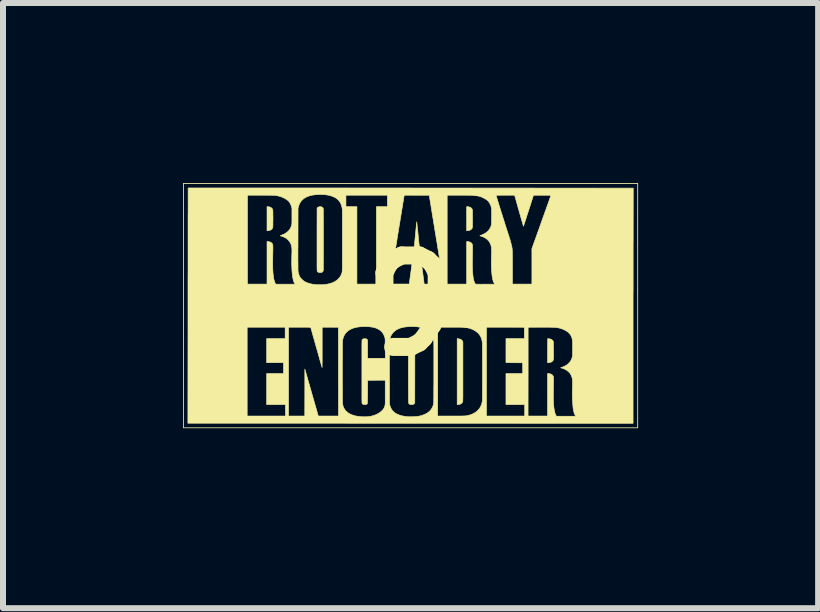
<source format=kicad_pcb>
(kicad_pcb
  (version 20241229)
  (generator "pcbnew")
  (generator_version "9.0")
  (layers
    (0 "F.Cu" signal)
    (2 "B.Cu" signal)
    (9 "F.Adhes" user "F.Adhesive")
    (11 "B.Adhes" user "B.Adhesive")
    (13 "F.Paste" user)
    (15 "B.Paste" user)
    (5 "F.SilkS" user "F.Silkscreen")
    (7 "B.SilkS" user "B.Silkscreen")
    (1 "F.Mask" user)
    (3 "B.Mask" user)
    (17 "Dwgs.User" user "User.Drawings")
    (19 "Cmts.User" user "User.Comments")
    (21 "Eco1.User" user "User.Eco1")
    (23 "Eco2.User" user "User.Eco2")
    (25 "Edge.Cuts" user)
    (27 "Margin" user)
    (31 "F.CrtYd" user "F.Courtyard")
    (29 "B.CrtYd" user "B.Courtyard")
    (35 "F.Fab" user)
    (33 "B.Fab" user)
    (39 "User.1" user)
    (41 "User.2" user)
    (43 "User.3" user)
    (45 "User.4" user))
  (footprint "9"
    (layer "F.Cu")
    (at 3.792 2.042)
    (property "Reference" "9" (at 0 0 0) (layer "F.SilkS") (effects (font (size 1.524 1.524) (thickness 0.3))))
    (attr through_hole)
    (fp_poly (pts (xy 3.787 2.039) (xy -3.787 2.039) (xy -3.787 -2.034) (xy -3.784 -2.034) (xy -3.784 2.037) (xy 3.784 2.037) (xy 3.784 -2.034) (xy -3.784 -2.034) (xy -3.787 -2.034) (xy -3.787 -2.037) (xy 3.787 -2.037) (xy 3.787 2.039)) (stroke (width 0.01) (type solid)) (fill yes) (layer "F.SilkS"))
    (fp_poly (pts (xy -2.375 -1.647) (xy -2.352 -1.644) (xy -2.332 -1.637) (xy -2.317 -1.627) (xy -2.305 -1.614) (xy -2.298 -1.598) (xy -2.296 -1.592) (xy -2.295 -1.586) (xy -2.295 -1.575) (xy -2.294 -1.559) (xy -2.294 -1.539) (xy -2.294 -1.514) (xy -2.293 -1.484) (xy -2.293 -1.45) (xy -2.293 -1.448) (xy -2.293 -1.413) (xy -2.294 -1.383) (xy -2.294 -1.358) (xy -2.294 -1.337) (xy -2.295 -1.321) (xy -2.295 -1.31) (xy -2.296 -1.303) (xy -2.296 -1.303) (xy -2.302 -1.286) (xy -2.312 -1.273) (xy -2.327 -1.262) (xy -2.345 -1.254) (xy -2.367 -1.249) (xy -2.375 -1.248) (xy -2.392 -1.246) (xy -2.392 -1.649) (xy -2.375 -1.647)) (stroke (width 0.01) (type solid)) (fill yes) (layer "F.SilkS"))
    (fp_poly (pts (xy 0.792 0.553) (xy 0.815 0.557) (xy 0.834 0.563) (xy 0.85 0.573) (xy 0.861 0.585) (xy 0.866 0.595) (xy 0.872 0.608) (xy 0.872 1.098) (xy 0.872 1.158) (xy 0.872 1.213) (xy 0.872 1.263) (xy 0.872 1.309) (xy 0.872 1.35) (xy 0.872 1.387) (xy 0.872 1.421) (xy 0.872 1.451) (xy 0.872 1.477) (xy 0.872 1.5) (xy 0.872 1.521) (xy 0.871 1.538) (xy 0.871 1.553) (xy 0.871 1.565) (xy 0.871 1.575) (xy 0.87 1.584) (xy 0.87 1.59) (xy 0.87 1.595) (xy 0.869 1.598) (xy 0.869 1.601) (xy 0.869 1.601) (xy 0.864 1.612) (xy 0.857 1.622) (xy 0.852 1.627) (xy 0.84 1.637) (xy 0.827 1.643) (xy 0.811 1.648) (xy 0.794 1.65) (xy 0.777 1.652) (xy 0.777 0.551) (xy 0.792 0.553)) (stroke (width 0.01) (type solid)) (fill yes) (layer "F.SilkS"))
    (fp_poly (pts (xy 0.944 -1.648) (xy 0.956 -1.647) (xy 0.969 -1.645) (xy 0.983 -1.641) (xy 0.994 -1.638) (xy 0.997 -1.636) (xy 1.009 -1.628) (xy 1.02 -1.616) (xy 1.028 -1.603) (xy 1.029 -1.601) (xy 1.03 -1.598) (xy 1.03 -1.594) (xy 1.031 -1.589) (xy 1.031 -1.581) (xy 1.032 -1.572) (xy 1.032 -1.56) (xy 1.032 -1.545) (xy 1.032 -1.526) (xy 1.032 -1.504) (xy 1.032 -1.477) (xy 1.032 -1.448) (xy 1.032 -1.416) (xy 1.032 -1.389) (xy 1.032 -1.366) (xy 1.032 -1.347) (xy 1.032 -1.331) (xy 1.031 -1.319) (xy 1.031 -1.309) (xy 1.03 -1.301) (xy 1.029 -1.295) (xy 1.027 -1.29) (xy 1.025 -1.286) (xy 1.023 -1.282) (xy 1.02 -1.279) (xy 1.017 -1.275) (xy 1.017 -1.275) (xy 1.006 -1.266) (xy 0.992 -1.258) (xy 0.975 -1.252) (xy 0.957 -1.248) (xy 0.944 -1.247) (xy 0.935 -1.247) (xy 0.935 -1.648) (xy 0.944 -1.648)) (stroke (width 0.01) (type solid)) (fill yes) (layer "F.SilkS"))
    (fp_poly (pts (xy 2.298 0.552) (xy 2.308 0.554) (xy 2.319 0.555) (xy 2.329 0.558) (xy 2.338 0.56) (xy 2.342 0.562) (xy 2.357 0.571) (xy 2.37 0.584) (xy 2.376 0.593) (xy 2.377 0.595) (xy 2.378 0.598) (xy 2.379 0.601) (xy 2.379 0.604) (xy 2.38 0.61) (xy 2.38 0.617) (xy 2.381 0.626) (xy 2.381 0.638) (xy 2.381 0.653) (xy 2.381 0.671) (xy 2.381 0.694) (xy 2.382 0.72) (xy 2.382 0.748) (xy 2.382 0.78) (xy 2.382 0.808) (xy 2.382 0.832) (xy 2.382 0.852) (xy 2.382 0.868) (xy 2.381 0.881) (xy 2.38 0.892) (xy 2.379 0.901) (xy 2.378 0.907) (xy 2.376 0.913) (xy 2.373 0.917) (xy 2.371 0.921) (xy 2.367 0.924) (xy 2.363 0.928) (xy 2.363 0.928) (xy 2.349 0.939) (xy 2.331 0.947) (xy 2.309 0.951) (xy 2.303 0.952) (xy 2.283 0.953) (xy 2.283 0.754) (xy 2.283 0.714) (xy 2.283 0.678) (xy 2.284 0.646) (xy 2.284 0.619) (xy 2.284 0.596) (xy 2.284 0.578) (xy 2.285 0.565) (xy 2.285 0.556) (xy 2.286 0.553) (xy 2.286 0.552) (xy 2.29 0.552) (xy 2.298 0.552)) (stroke (width 0.01) (type solid)) (fill yes) (layer "F.SilkS"))
    (fp_poly (pts (xy 0.104 -1.396) (xy 0.104 -1.393) (xy 0.104 -1.389) (xy 0.105 -1.382) (xy 0.106 -1.369) (xy 0.108 -1.353) (xy 0.11 -1.334) (xy 0.112 -1.311) (xy 0.115 -1.285) (xy 0.118 -1.258) (xy 0.121 -1.228) (xy 0.124 -1.196) (xy 0.126 -1.18) (xy 0.129 -1.147) (xy 0.132 -1.117) (xy 0.135 -1.088) (xy 0.138 -1.061) (xy 0.14 -1.037) (xy 0.143 -1.015) (xy 0.144 -0.997) (xy 0.146 -0.983) (xy 0.147 -0.973) (xy 0.147 -0.967) (xy 0.147 -0.966) (xy 0.147 -0.964) (xy 0.146 -0.962) (xy 0.144 -0.961) (xy 0.14 -0.961) (xy 0.133 -0.96) (xy 0.122 -0.96) (xy 0.107 -0.96) (xy 0.059 -0.96) (xy 0.06 -0.967) (xy 0.061 -0.971) (xy 0.061 -0.979) (xy 0.063 -0.991) (xy 0.064 -1.008) (xy 0.066 -1.028) (xy 0.068 -1.051) (xy 0.071 -1.076) (xy 0.074 -1.104) (xy 0.077 -1.135) (xy 0.08 -1.166) (xy 0.081 -1.185) (xy 0.085 -1.225) (xy 0.089 -1.261) (xy 0.092 -1.291) (xy 0.095 -1.318) (xy 0.097 -1.34) (xy 0.099 -1.358) (xy 0.1 -1.373) (xy 0.102 -1.384) (xy 0.103 -1.391) (xy 0.103 -1.396) (xy 0.104 -1.397) (xy 0.104 -1.396)) (stroke (width 0.01) (type solid)) (fill yes) (layer "F.SilkS"))
    (fp_poly (pts (xy -1.495 -1.647) (xy -1.48 -1.643) (xy -1.468 -1.637) (xy -1.46 -1.627) (xy -1.455 -1.617) (xy -1.455 -1.613) (xy -1.455 -1.604) (xy -1.454 -1.592) (xy -1.454 -1.574) (xy -1.454 -1.553) (xy -1.454 -1.529) (xy -1.454 -1.501) (xy -1.454 -1.47) (xy -1.453 -1.436) (xy -1.453 -1.4) (xy -1.453 -1.362) (xy -1.453 -1.322) (xy -1.453 -1.281) (xy -1.453 -1.238) (xy -1.453 -1.194) (xy -1.453 -1.15) (xy -1.453 -1.105) (xy -1.453 -1.061) (xy -1.453 -1.016) (xy -1.453 -0.972) (xy -1.453 -0.929) (xy -1.453 -0.887) (xy -1.453 -0.847) (xy -1.453 -0.808) (xy -1.453 -0.772) (xy -1.453 -0.737) (xy -1.454 -0.705) (xy -1.454 -0.677) (xy -1.454 -0.651) (xy -1.454 -0.629) (xy -1.454 -0.61) (xy -1.455 -0.596) (xy -1.455 -0.586) (xy -1.455 -0.581) (xy -1.455 -0.581) (xy -1.46 -0.569) (xy -1.47 -0.559) (xy -1.477 -0.554) (xy -1.484 -0.552) (xy -1.495 -0.55) (xy -1.507 -0.55) (xy -1.518 -0.55) (xy -1.528 -0.551) (xy -1.529 -0.551) (xy -1.542 -0.558) (xy -1.552 -0.567) (xy -1.555 -0.572) (xy -1.556 -0.574) (xy -1.556 -0.576) (xy -1.557 -0.578) (xy -1.557 -0.582) (xy -1.557 -0.587) (xy -1.558 -0.594) (xy -1.558 -0.602) (xy -1.558 -0.612) (xy -1.558 -0.624) (xy -1.559 -0.639) (xy -1.559 -0.656) (xy -1.559 -0.675) (xy -1.559 -0.698) (xy -1.559 -0.723) (xy -1.559 -0.752) (xy -1.559 -0.785) (xy -1.559 -0.821) (xy -1.559 -0.861) (xy -1.559 -0.905) (xy -1.559 -0.954) (xy -1.559 -1.007) (xy -1.559 -1.065) (xy -1.559 -1.102) (xy -1.558 -1.623) (xy -1.553 -1.63) (xy -1.544 -1.638) (xy -1.53 -1.644) (xy -1.514 -1.648) (xy -1.513 -1.648) (xy -1.495 -1.647)) (stroke (width 0.01) (type solid)) (fill yes) (layer "F.SilkS"))
    (fp_poly (pts (xy 0.035 0.554) (xy 0.049 0.559) (xy 0.059 0.566) (xy 0.066 0.578) (xy 0.07 0.593) (xy 0.07 0.593) (xy 0.07 0.596) (xy 0.07 0.605) (xy 0.07 0.618) (xy 0.07 0.636) (xy 0.07 0.657) (xy 0.071 0.683) (xy 0.071 0.712) (xy 0.071 0.744) (xy 0.071 0.78) (xy 0.071 0.818) (xy 0.071 0.859) (xy 0.071 0.903) (xy 0.071 0.948) (xy 0.071 0.995) (xy 0.071 1.044) (xy 0.071 1.094) (xy 0.071 1.114) (xy 0.07 1.622) (xy 0.064 1.631) (xy 0.058 1.638) (xy 0.05 1.644) (xy 0.049 1.645) (xy 0.039 1.648) (xy 0.026 1.65) (xy 0.013 1.65) (xy 0.000008 1.649) (xy -0.008 1.647) (xy -0.016 1.644) (xy -0.023 1.64) (xy -0.023 1.639) (xy -0.025 1.638) (xy -0.026 1.637) (xy -0.027 1.636) (xy -0.028 1.634) (xy -0.029 1.632) (xy -0.03 1.63) (xy -0.031 1.626) (xy -0.032 1.622) (xy -0.032 1.616) (xy -0.033 1.608) (xy -0.033 1.599) (xy -0.034 1.588) (xy -0.034 1.575) (xy -0.035 1.559) (xy -0.035 1.541) (xy -0.035 1.52) (xy -0.035 1.496) (xy -0.035 1.469) (xy -0.035 1.438) (xy -0.035 1.404) (xy -0.036 1.366) (xy -0.036 1.324) (xy -0.036 1.278) (xy -0.036 1.228) (xy -0.036 1.173) (xy -0.036 1.113) (xy -0.036 1.1) (xy -0.036 1.04) (xy -0.036 0.985) (xy -0.036 0.934) (xy -0.036 0.887) (xy -0.035 0.845) (xy -0.035 0.807) (xy -0.035 0.773) (xy -0.035 0.742) (xy -0.035 0.715) (xy -0.035 0.691) (xy -0.035 0.67) (xy -0.035 0.652) (xy -0.035 0.636) (xy -0.035 0.623) (xy -0.034 0.611) (xy -0.034 0.602) (xy -0.034 0.595) (xy -0.033 0.589) (xy -0.033 0.584) (xy -0.033 0.581) (xy -0.032 0.578) (xy -0.032 0.576) (xy -0.031 0.575) (xy -0.031 0.574) (xy -0.025 0.567) (xy -0.017 0.56) (xy -0.015 0.559) (xy -0.008 0.555) (xy -0.001 0.553) (xy 0.008 0.553) (xy 0.017 0.552) (xy 0.035 0.554)) (stroke (width 0.01) (type solid)) (fill yes) (layer "F.SilkS"))
    (fp_poly (pts (xy -3.366 -1.96) (xy -3.31 -1.96) (xy -3.249 -1.96) (xy -3.185 -1.96) (xy -3.117 -1.96) (xy -3.045 -1.96) (xy -2.97 -1.96) (xy -2.891 -1.96) (xy -2.809 -1.96) (xy -2.724 -1.96) (xy -2.635 -1.96) (xy -2.543 -1.96) (xy -2.448 -1.96) (xy -2.351 -1.96) (xy -2.25 -1.96) (xy -2.147 -1.96) (xy -2.041 -1.96) (xy -1.932 -1.96) (xy -1.821 -1.96) (xy -1.707 -1.96) (xy -1.591 -1.96) (xy -1.473 -1.96) (xy -1.353 -1.96) (xy -1.231 -1.96) (xy -1.107 -1.96) (xy -0.98 -1.959) (xy -0.852 -1.959) (xy -0.723 -1.959) (xy -0.592 -1.959) (xy -0.459 -1.959) (xy -0.325 -1.959) (xy -0.189 -1.959) (xy -0.052 -1.959) (xy 0.003 -1.959) (xy 3.711 -1.957) (xy 3.71 -1.144) (xy 3.71 -1.083) (xy 3.709 -1.016) (xy 3.709 -0.946) (xy 3.709 -0.871) (xy 3.709 -0.792) (xy 3.709 -0.711) (xy 3.709 -0.626) (xy 3.709 -0.539) (xy 3.709 -0.449) (xy 3.709 -0.358) (xy 3.709 -0.265) (xy 3.708 -0.17) (xy 3.708 -0.075) (xy 3.708 0.02) (xy 3.708 0.116) (xy 3.708 0.211) (xy 3.708 0.306) (xy 3.708 0.4) (xy 3.708 0.493) (xy 3.708 0.584) (xy 3.708 0.673) (xy 3.708 0.759) (xy 3.708 0.816) (xy 3.708 1.963) (xy 2.076 1.963) (xy 1.984 1.963) (xy 1.887 1.963) (xy 1.786 1.962) (xy 1.681 1.962) (xy 1.572 1.962) (xy 1.459 1.962) (xy 1.343 1.962) (xy 1.223 1.962) (xy 1.101 1.962) (xy 0.977 1.962) (xy 0.85 1.962) (xy 0.721 1.962) (xy 0.59 1.962) (xy 0.458 1.962) (xy 0.325 1.962) (xy 0.191 1.962) (xy 0.057 1.962) (xy -0.078 1.962) (xy -0.213 1.962) (xy -0.347 1.962) (xy -0.481 1.962) (xy -0.614 1.962) (xy -0.746 1.962) (xy -0.876 1.962) (xy -1.005 1.962) (xy -1.132 1.961) (xy -1.256 1.961) (xy -1.378 1.961) (xy -1.497 1.961) (xy -1.613 1.961) (xy -1.634 1.961) (xy -3.711 1.961) (xy -3.709 0.361) (xy -2.723 0.361) (xy -2.723 1.841) (xy -2.085 1.841) (xy -2.085 1.651) (xy -2.398 1.651) (xy -2.398 1.133) (xy -2.118 1.133) (xy -2.118 0.952) (xy -2.398 0.952) (xy -2.398 0.551) (xy -2.09 0.551) (xy -2.09 0.361) (xy -2.034 0.361) (xy -2.034 1.841) (xy -1.763 1.841) (xy -1.762 1.45) (xy -1.762 1.058) (xy -1.65 1.45) (xy -1.538 1.841) (xy -1.37 1.841) (xy -1.201 1.841) (xy -1.202 1.169) (xy -1.137 1.169) (xy -1.137 1.225) (xy -1.137 1.276) (xy -1.137 1.323) (xy -1.136 1.366) (xy -1.136 1.405) (xy -1.136 1.439) (xy -1.136 1.471) (xy -1.136 1.499) (xy -1.136 1.523) (xy -1.136 1.545) (xy -1.135 1.565) (xy -1.135 1.581) (xy -1.135 1.596) (xy -1.134 1.608) (xy -1.134 1.619) (xy -1.133 1.628) (xy -1.133 1.636) (xy -1.132 1.643) (xy -1.131 1.648) (xy -1.13 1.653) (xy -1.129 1.658) (xy -1.128 1.662) (xy -1.127 1.666) (xy -1.126 1.67) (xy -1.125 1.674) (xy -1.113 1.704) (xy -1.097 1.732) (xy -1.077 1.757) (xy -1.052 1.779) (xy -1.024 1.799) (xy -0.991 1.815) (xy -0.954 1.829) (xy -0.913 1.84) (xy -0.868 1.847) (xy -0.822 1.852) (xy -0.809 1.853) (xy -0.793 1.853) (xy -0.775 1.854) (xy -0.756 1.853) (xy -0.738 1.853) (xy -0.722 1.853) (xy -0.709 1.852) (xy -0.704 1.851) (xy -0.662 1.845) (xy -0.622 1.834) (xy -0.583 1.821) (xy -0.548 1.804) (xy -0.515 1.784) (xy -0.486 1.761) (xy -0.475 1.75) (xy -0.455 1.728) (xy -0.44 1.704) (xy -0.43 1.678) (xy -0.427 1.667) (xy -0.426 1.663) (xy -0.425 1.659) (xy -0.424 1.655) (xy -0.424 1.65) (xy -0.423 1.643) (xy -0.423 1.635) (xy -0.422 1.625) (xy -0.422 1.613) (xy -0.422 1.598) (xy -0.422 1.58) (xy -0.422 1.559) (xy -0.422 1.534) (xy -0.422 1.504) (xy -0.422 1.471) (xy -0.422 1.446) (xy -0.422 1.244) (xy -0.568 1.245) (xy -0.715 1.246) (xy -0.716 1.437) (xy -0.716 1.475) (xy -0.717 1.507) (xy -0.717 1.535) (xy -0.717 1.559) (xy -0.718 1.579) (xy -0.718 1.595) (xy -0.718 1.608) (xy -0.719 1.618) (xy -0.719 1.626) (xy -0.72 1.631) (xy -0.72 1.634) (xy -0.721 1.635) (xy -0.728 1.642) (xy -0.738 1.647) (xy -0.75 1.65) (xy -0.764 1.651) (xy -0.778 1.649) (xy -0.79 1.646) (xy -0.801 1.64) (xy -0.807 1.634) (xy -0.807 1.633) (xy -0.808 1.632) (xy -0.808 1.63) (xy -0.809 1.627) (xy -0.809 1.624) (xy -0.809 1.619) (xy -0.81 1.613) (xy -0.81 1.605) (xy -0.81 1.595) (xy -0.81 1.584) (xy -0.811 1.57) (xy -0.811 1.554) (xy -0.811 1.535) (xy -0.811 1.513) (xy -0.811 1.488) (xy -0.811 1.46) (xy -0.811 1.429) (xy -0.811 1.394) (xy -0.811 1.355) (xy -0.811 1.312) (xy -0.811 1.265) (xy -0.811 1.213) (xy -0.811 1.157) (xy -0.811 1.101) (xy -0.811 1.04) (xy -0.811 0.984) (xy -0.811 0.933) (xy -0.811 0.886) (xy -0.811 0.843) (xy -0.811 0.805) (xy -0.811 0.77) (xy -0.811 0.739) (xy -0.811 0.711) (xy -0.811 0.687) (xy -0.811 0.666) (xy -0.811 0.647) (xy -0.811 0.631) (xy -0.81 0.617) (xy -0.81 0.606) (xy -0.81 0.597) (xy -0.81 0.589) (xy -0.809 0.583) (xy -0.809 0.578) (xy -0.809 0.575) (xy -0.808 0.572) (xy -0.808 0.57) (xy -0.807 0.569) (xy -0.807 0.568) (xy -0.799 0.561) (xy -0.788 0.556) (xy -0.774 0.553) (xy -0.763 0.553) (xy -0.748 0.553) (xy -0.737 0.556) (xy -0.728 0.561) (xy -0.722 0.568) (xy -0.72 0.569) (xy -0.719 0.571) (xy -0.719 0.573) (xy -0.718 0.577) (xy -0.718 0.582) (xy -0.717 0.588) (xy -0.717 0.597) (xy -0.717 0.608) (xy -0.716 0.623) (xy -0.716 0.641) (xy -0.716 0.662) (xy -0.716 0.688) (xy -0.716 0.718) (xy -0.716 0.879) (xy -0.421 0.879) (xy -0.422 0.717) (xy -0.422 0.684) (xy -0.423 0.656) (xy -0.423 0.632) (xy -0.423 0.612) (xy -0.423 0.596) (xy -0.423 0.583) (xy -0.352 0.583) (xy -0.352 1.637) (xy -0.346 1.659) (xy -0.34 1.679) (xy -0.332 1.699) (xy -0.323 1.718) (xy -0.314 1.734) (xy -0.312 1.736) (xy -0.302 1.749) (xy -0.289 1.763) (xy -0.275 1.776) (xy -0.261 1.787) (xy -0.258 1.79) (xy -0.233 1.805) (xy -0.206 1.817) (xy -0.177 1.828) (xy -0.145 1.837) (xy -0.108 1.844) (xy -0.068 1.85) (xy -0.044 1.853) (xy -0.035 1.853) (xy -0.022 1.853) (xy -0.005 1.853) (xy 0.013 1.853) (xy 0.032 1.853) (xy 0.052 1.852) (xy 0.07 1.851) (xy 0.087 1.85) (xy 0.101 1.849) (xy 0.111 1.848) (xy 0.113 1.848) (xy 0.137 1.844) (xy 0.149 1.841) (xy 0.452 1.841) (xy 0.673 1.841) (xy 1.265 1.841) (xy 1.902 1.841) (xy 1.958 1.841) (xy 2.283 1.841) (xy 2.283 1.133) (xy 2.289 1.133) (xy 2.294 1.133) (xy 2.303 1.134) (xy 2.312 1.135) (xy 2.333 1.14) (xy 2.351 1.148) (xy 2.365 1.159) (xy 2.375 1.173) (xy 2.379 1.182) (xy 2.38 1.185) (xy 2.38 1.189) (xy 2.381 1.193) (xy 2.382 1.199) (xy 2.382 1.206) (xy 2.382 1.216) (xy 2.382 1.228) (xy 2.382 1.244) (xy 2.382 1.263) (xy 2.382 1.285) (xy 2.381 1.312) (xy 2.381 1.333) (xy 2.38 1.382) (xy 2.38 1.425) (xy 2.379 1.464) (xy 2.379 1.499) (xy 2.379 1.531) (xy 2.38 1.559) (xy 2.38 1.584) (xy 2.381 1.606) (xy 2.382 1.626) (xy 2.382 1.631) (xy 2.386 1.675) (xy 2.391 1.714) (xy 2.396 1.749) (xy 2.403 1.779) (xy 2.411 1.805) (xy 2.42 1.826) (xy 2.425 1.834) (xy 2.431 1.844) (xy 2.756 1.844) (xy 2.75 1.837) (xy 2.742 1.827) (xy 2.734 1.812) (xy 2.727 1.794) (xy 2.721 1.772) (xy 2.715 1.748) (xy 2.711 1.724) (xy 2.707 1.692) (xy 2.704 1.655) (xy 2.701 1.615) (xy 2.699 1.572) (xy 2.697 1.527) (xy 2.696 1.482) (xy 2.696 1.436) (xy 2.697 1.391) (xy 2.698 1.378) (xy 2.699 1.343) (xy 2.699 1.313) (xy 2.699 1.287) (xy 2.699 1.265) (xy 2.698 1.245) (xy 2.696 1.227) (xy 2.693 1.212) (xy 2.69 1.198) (xy 2.685 1.184) (xy 2.68 1.171) (xy 2.674 1.158) (xy 2.668 1.146) (xy 2.662 1.137) (xy 2.656 1.128) (xy 2.648 1.119) (xy 2.638 1.109) (xy 2.617 1.09) (xy 2.595 1.074) (xy 2.571 1.061) (xy 2.543 1.05) (xy 2.522 1.043) (xy 2.501 1.037) (xy 2.521 1.03) (xy 2.559 1.014) (xy 2.592 0.997) (xy 2.621 0.976) (xy 2.645 0.953) (xy 2.665 0.928) (xy 2.68 0.9) (xy 2.691 0.87) (xy 2.695 0.855) (xy 2.696 0.849) (xy 2.697 0.843) (xy 2.698 0.836) (xy 2.698 0.828) (xy 2.699 0.818) (xy 2.699 0.806) (xy 2.699 0.791) (xy 2.7 0.773) (xy 2.7 0.751) (xy 2.7 0.724) (xy 2.7 0.712) (xy 2.7 0.681) (xy 2.7 0.655) (xy 2.699 0.632) (xy 2.699 0.613) (xy 2.698 0.597) (xy 2.697 0.584) (xy 2.696 0.572) (xy 2.695 0.562) (xy 2.693 0.553) (xy 2.69 0.544) (xy 2.687 0.536) (xy 2.685 0.528) (xy 2.674 0.503) (xy 2.66 0.481) (xy 2.643 0.461) (xy 2.623 0.442) (xy 2.598 0.425) (xy 2.569 0.409) (xy 2.561 0.405) (xy 2.53 0.391) (xy 2.499 0.381) (xy 2.466 0.372) (xy 2.431 0.367) (xy 2.392 0.363) (xy 2.391 0.363) (xy 2.38 0.363) (xy 2.363 0.362) (xy 2.342 0.362) (xy 2.317 0.361) (xy 2.289 0.361) (xy 2.257 0.361) (xy 2.221 0.361) (xy 2.183 0.361) (xy 2.154 0.361) (xy 1.959 0.362) (xy 1.959 1.102) (xy 1.958 1.841) (xy 1.902 1.841) (xy 1.902 1.651) (xy 1.59 1.651) (xy 1.59 1.133) (xy 1.869 1.133) (xy 1.869 1.043) (xy 1.868 0.954) (xy 1.729 0.953) (xy 1.59 0.952) (xy 1.59 0.551) (xy 1.897 0.551) (xy 1.897 0.457) (xy 1.896 0.362) (xy 1.58 0.361) (xy 1.265 0.361) (xy 1.265 1.841) (xy 0.673 1.841) (xy 0.713 1.841) (xy 0.749 1.841) (xy 0.78 1.841) (xy 0.807 1.841) (xy 0.831 1.841) (xy 0.851 1.841) (xy 0.867 1.84) (xy 0.882 1.84) (xy 0.894 1.84) (xy 0.903 1.839) (xy 0.912 1.839) (xy 0.918 1.838) (xy 0.922 1.838) (xy 0.964 1.83) (xy 1.003 1.819) (xy 1.039 1.804) (xy 1.072 1.786) (xy 1.101 1.765) (xy 1.127 1.741) (xy 1.149 1.714) (xy 1.167 1.685) (xy 1.181 1.653) (xy 1.189 1.627) (xy 1.191 1.614) (xy 1.194 1.599) (xy 1.196 1.585) (xy 1.196 1.582) (xy 1.196 1.577) (xy 1.197 1.566) (xy 1.197 1.551) (xy 1.197 1.532) (xy 1.198 1.509) (xy 1.198 1.483) (xy 1.198 1.454) (xy 1.198 1.421) (xy 1.198 1.386) (xy 1.198 1.349) (xy 1.199 1.31) (xy 1.199 1.27) (xy 1.199 1.228) (xy 1.199 1.185) (xy 1.199 1.142) (xy 1.199 1.098) (xy 1.199 1.055) (xy 1.199 1.012) (xy 1.199 0.969) (xy 1.199 0.927) (xy 1.199 0.887) (xy 1.198 0.848) (xy 1.198 0.811) (xy 1.198 0.777) (xy 1.198 0.745) (xy 1.198 0.716) (xy 1.197 0.69) (xy 1.197 0.667) (xy 1.197 0.649) (xy 1.197 0.634) (xy 1.196 0.624) (xy 1.196 0.62) (xy 1.191 0.584) (xy 1.182 0.551) (xy 1.17 0.521) (xy 1.154 0.494) (xy 1.144 0.48) (xy 1.126 0.46) (xy 1.103 0.44) (xy 1.077 0.422) (xy 1.048 0.405) (xy 1.016 0.391) (xy 0.984 0.38) (xy 0.951 0.371) (xy 0.944 0.37) (xy 0.935 0.368) (xy 0.926 0.367) (xy 0.916 0.366) (xy 0.904 0.365) (xy 0.891 0.364) (xy 0.876 0.363) (xy 0.859 0.362) (xy 0.839 0.362) (xy 0.817 0.361) (xy 0.791 0.361) (xy 0.761 0.361) (xy 0.727 0.361) (xy 0.689 0.361) (xy 0.655 0.361) (xy 0.452 0.361) (xy 0.452 1.841) (xy 0.149 1.841) (xy 0.158 1.839) (xy 0.178 1.834) (xy 0.197 1.828) (xy 0.2 1.827) (xy 0.237 1.813) (xy 0.271 1.795) (xy 0.301 1.775) (xy 0.326 1.751) (xy 0.347 1.725) (xy 0.364 1.696) (xy 0.377 1.663) (xy 0.383 1.643) (xy 0.383 1.641) (xy 0.384 1.638) (xy 0.384 1.634) (xy 0.384 1.63) (xy 0.385 1.625) (xy 0.385 1.619) (xy 0.386 1.611) (xy 0.386 1.601) (xy 0.386 1.59) (xy 0.386 1.576) (xy 0.386 1.56) (xy 0.387 1.542) (xy 0.387 1.521) (xy 0.387 1.497) (xy 0.387 1.469) (xy 0.387 1.439) (xy 0.387 1.404) (xy 0.387 1.366) (xy 0.388 1.324) (xy 0.388 1.277) (xy 0.388 1.226) (xy 0.388 1.171) (xy 0.388 1.128) (xy 0.388 1.058) (xy 0.388 0.992) (xy 0.388 0.932) (xy 0.388 0.877) (xy 0.388 0.827) (xy 0.388 0.781) (xy 0.388 0.741) (xy 0.388 0.706) (xy 0.388 0.676) (xy 0.387 0.651) (xy 0.387 0.63) (xy 0.387 0.615) (xy 0.386 0.605) (xy 0.386 0.602) (xy 0.381 0.563) (xy 0.372 0.528) (xy 0.359 0.497) (xy 0.342 0.468) (xy 0.321 0.443) (xy 0.297 0.421) (xy 0.268 0.401) (xy 0.236 0.385) (xy 0.199 0.372) (xy 0.159 0.362) (xy 0.124 0.356) (xy 0.103 0.353) (xy 0.079 0.351) (xy 0.052 0.35) (xy 0.024 0.35) (xy -0.003 0.35) (xy -0.025 0.351) (xy -0.072 0.355) (xy -0.115 0.361) (xy -0.154 0.37) (xy -0.19 0.382) (xy -0.222 0.397) (xy -0.25 0.414) (xy -0.275 0.435) (xy -0.286 0.445) (xy -0.307 0.471) (xy -0.324 0.498) (xy -0.337 0.528) (xy -0.346 0.559) (xy -0.352 0.583) (xy -0.423 0.583) (xy -0.423 0.582) (xy -0.424 0.571) (xy -0.424 0.562) (xy -0.425 0.555) (xy -0.425 0.55) (xy -0.426 0.545) (xy -0.427 0.54) (xy -0.428 0.536) (xy -0.429 0.533) (xy -0.439 0.504) (xy -0.452 0.476) (xy -0.469 0.451) (xy -0.488 0.429) (xy -0.505 0.414) (xy -0.531 0.397) (xy -0.559 0.383) (xy -0.59 0.371) (xy -0.625 0.362) (xy -0.663 0.356) (xy -0.704 0.352) (xy -0.75 0.35) (xy -0.758 0.35) (xy -0.809 0.351) (xy -0.856 0.355) (xy -0.899 0.362) (xy -0.938 0.371) (xy -0.973 0.383) (xy -1.005 0.398) (xy -1.034 0.416) (xy -1.06 0.437) (xy -1.061 0.438) (xy -1.082 0.461) (xy -1.1 0.486) (xy -1.114 0.515) (xy -1.125 0.546) (xy -1.132 0.575) (xy -1.133 0.578) (xy -1.133 0.581) (xy -1.133 0.585) (xy -1.134 0.59) (xy -1.134 0.595) (xy -1.135 0.602) (xy -1.135 0.61) (xy -1.135 0.62) (xy -1.135 0.631) (xy -1.136 0.645) (xy -1.136 0.661) (xy -1.136 0.679) (xy -1.136 0.7) (xy -1.136 0.724) (xy -1.136 0.751) (xy -1.136 0.781) (xy -1.136 0.815) (xy -1.136 0.853) (xy -1.136 0.895) (xy -1.137 0.941) (xy -1.137 0.991) (xy -1.137 1.046) (xy -1.137 1.106) (xy -1.137 1.109) (xy -1.137 1.169) (xy -1.202 1.169) (xy -1.202 1.102) (xy -1.203 0.362) (xy -1.338 0.361) (xy -1.473 0.361) (xy -1.473 0.698) (xy -1.473 0.738) (xy -1.473 0.778) (xy -1.473 0.816) (xy -1.473 0.851) (xy -1.473 0.885) (xy -1.473 0.915) (xy -1.473 0.943) (xy -1.474 0.968) (xy -1.474 0.989) (xy -1.474 1.007) (xy -1.474 1.02) (xy -1.474 1.029) (xy -1.474 1.033) (xy -1.474 1.033) (xy -1.475 1.031) (xy -1.477 1.024) (xy -1.481 1.012) (xy -1.485 0.997) (xy -1.491 0.977) (xy -1.497 0.954) (xy -1.505 0.928) (xy -1.513 0.9) (xy -1.522 0.868) (xy -1.531 0.834) (xy -1.541 0.798) (xy -1.552 0.76) (xy -1.563 0.721) (xy -1.57 0.699) (xy -1.581 0.659) (xy -1.592 0.62) (xy -1.602 0.583) (xy -1.612 0.548) (xy -1.622 0.515) (xy -1.63 0.484) (xy -1.638 0.457) (xy -1.645 0.432) (xy -1.651 0.41) (xy -1.656 0.393) (xy -1.66 0.379) (xy -1.663 0.369) (xy -1.665 0.364) (xy -1.665 0.363) (xy -1.668 0.363) (xy -1.675 0.362) (xy -1.687 0.362) (xy -1.703 0.362) (xy -1.722 0.361) (xy -1.744 0.361) (xy -1.77 0.361) (xy -1.798 0.361) (xy -1.828 0.361) (xy -1.85 0.361) (xy -2.034 0.361) (xy -2.09 0.361) (xy -2.723 0.361) (xy -3.709 0.361) (xy -3.709 0.001) (xy -3.709 -0.099) (xy -3.709 -0.197) (xy -3.709 -0.294) (xy -3.709 -0.39) (xy -3.709 -0.484) (xy -3.708 -0.576) (xy -3.708 -0.666) (xy -3.708 -0.754) (xy -3.708 -0.841) (xy -3.708 -0.925) (xy -3.708 -1.006) (xy -3.708 -1.085) (xy -3.708 -1.162) (xy -3.708 -1.236) (xy -3.708 -1.307) (xy -3.708 -1.375) (xy -3.708 -1.44) (xy -3.708 -1.501) (xy -3.707 -1.56) (xy -3.707 -1.615) (xy -3.707 -1.666) (xy -3.707 -1.714) (xy -3.707 -1.758) (xy -3.707 -1.797) (xy -3.707 -1.833) (xy -3.707 -1.839) (xy -2.718 -1.839) (xy -2.718 -0.358) (xy -2.392 -0.358) (xy -2.392 -1.067) (xy -2.374 -1.066) (xy -2.352 -1.062) (xy -2.333 -1.056) (xy -2.317 -1.046) (xy -2.306 -1.034) (xy -2.305 -1.033) (xy -2.303 -1.029) (xy -2.301 -1.025) (xy -2.299 -1.021) (xy -2.297 -1.016) (xy -2.296 -1.01) (xy -2.295 -1.002) (xy -2.295 -0.993) (xy -2.294 -0.981) (xy -2.294 -0.966) (xy -2.294 -0.949) (xy -2.294 -0.928) (xy -2.295 -0.903) (xy -2.295 -0.874) (xy -2.296 -0.841) (xy -2.296 -0.834) (xy -2.297 -0.793) (xy -2.297 -0.758) (xy -2.298 -0.726) (xy -2.298 -0.697) (xy -2.298 -0.672) (xy -2.297 -0.649) (xy -2.297 -0.627) (xy -2.296 -0.607) (xy -2.295 -0.588) (xy -2.294 -0.569) (xy -2.293 -0.55) (xy -2.292 -0.539) (xy -2.288 -0.499) (xy -2.283 -0.463) (xy -2.276 -0.431) (xy -2.269 -0.405) (xy -2.261 -0.383) (xy -2.252 -0.366) (xy -2.25 -0.363) (xy -2.245 -0.356) (xy -1.922 -0.356) (xy -1.929 -0.364) (xy -1.938 -0.379) (xy -1.947 -0.4) (xy -1.954 -0.424) (xy -1.961 -0.454) (xy -1.967 -0.487) (xy -1.971 -0.525) (xy -1.975 -0.567) (xy -1.978 -0.613) (xy -1.98 -0.663) (xy -1.981 -0.716) (xy -1.98 -0.772) (xy -1.98 -0.806) (xy -1.877 -0.806) (xy -1.877 -0.772) (xy -1.877 -0.74) (xy -1.876 -0.713) (xy -1.876 -0.688) (xy -1.876 -0.666) (xy -1.876 -0.647) (xy -1.876 -0.631) (xy -1.876 -0.617) (xy -1.876 -0.605) (xy -1.875 -0.594) (xy -1.875 -0.586) (xy -1.875 -0.579) (xy -1.874 -0.573) (xy -1.874 -0.568) (xy -1.874 -0.564) (xy -1.873 -0.561) (xy -1.873 -0.56) (xy -1.868 -0.536) (xy -1.86 -0.512) (xy -1.851 -0.49) (xy -1.844 -0.476) (xy -1.836 -0.464) (xy -1.824 -0.451) (xy -1.811 -0.437) (xy -1.797 -0.424) (xy -1.783 -0.412) (xy -1.77 -0.403) (xy -1.77 -0.403) (xy -1.74 -0.387) (xy -1.706 -0.374) (xy -1.668 -0.363) (xy -1.626 -0.354) (xy -1.58 -0.349) (xy -1.573 -0.348) (xy -1.557 -0.347) (xy -1.537 -0.347) (xy -1.515 -0.347) (xy -1.492 -0.347) (xy -1.469 -0.348) (xy -1.448 -0.349) (xy -1.43 -0.35) (xy -1.417 -0.352) (xy -1.371 -0.36) (xy -1.329 -0.371) (xy -1.291 -0.385) (xy -1.257 -0.403) (xy -1.226 -0.424) (xy -1.2 -0.447) (xy -1.2 -0.448) (xy -1.179 -0.472) (xy -1.162 -0.499) (xy -1.15 -0.528) (xy -1.141 -0.556) (xy -1.141 -0.559) (xy -1.14 -0.562) (xy -1.14 -0.565) (xy -1.139 -0.569) (xy -1.139 -0.574) (xy -1.139 -0.581) (xy -1.138 -0.589) (xy -1.138 -0.598) (xy -1.138 -0.61) (xy -1.138 -0.624) (xy -1.137 -0.64) (xy -1.137 -0.658) (xy -1.137 -0.679) (xy -1.137 -0.703) (xy -1.137 -0.731) (xy -1.137 -0.762) (xy -1.136 -0.796) (xy -1.136 -0.834) (xy -1.136 -0.876) (xy -1.136 -0.923) (xy -1.136 -0.974) (xy -1.136 -1.03) (xy -1.136 -1.073) (xy -1.136 -1.143) (xy -1.136 -1.208) (xy -1.136 -1.268) (xy -1.136 -1.324) (xy -1.136 -1.374) (xy -1.136 -1.419) (xy -1.136 -1.46) (xy -1.136 -1.495) (xy -1.136 -1.525) (xy -1.137 -1.551) (xy -1.137 -1.571) (xy -1.137 -1.586) (xy -1.137 -1.596) (xy -1.138 -1.6) (xy -1.143 -1.638) (xy -1.153 -1.673) (xy -1.166 -1.705) (xy -1.183 -1.734) (xy -1.204 -1.759) (xy -1.229 -1.781) (xy -1.258 -1.8) (xy -1.292 -1.816) (xy -1.329 -1.829) (xy -1.344 -1.834) (xy -1.369 -1.839) (xy -1.077 -1.839) (xy -1.077 -1.648) (xy -0.894 -1.648) (xy -0.894 -0.358) (xy -0.569 -0.358) (xy -0.569 -0.361) (xy -0.346 -0.361) (xy -0.345 -0.361) (xy -0.342 -0.36) (xy -0.336 -0.36) (xy -0.328 -0.359) (xy -0.317 -0.359) (xy -0.302 -0.359) (xy -0.284 -0.359) (xy -0.262 -0.359) (xy -0.236 -0.359) (xy -0.205 -0.359) (xy -0.184 -0.359) (xy -0.022 -0.359) (xy -0.005 -0.485) (xy -0.001 -0.513) (xy 0.003 -0.542) (xy 0.007 -0.571) (xy 0.011 -0.6) (xy 0.014 -0.626) (xy 0.017 -0.65) (xy 0.02 -0.671) (xy 0.022 -0.683) (xy 0.031 -0.754) (xy 0.103 -0.754) (xy 0.174 -0.754) (xy 0.201 -0.556) (xy 0.227 -0.358) (xy 0.389 -0.358) (xy 0.422 -0.358) (xy 0.45 -0.358) (xy 0.473 -0.358) (xy 0.493 -0.358) (xy 0.509 -0.358) (xy 0.522 -0.359) (xy 0.532 -0.359) (xy 0.539 -0.359) (xy 0.544 -0.36) (xy 0.548 -0.36) (xy 0.55 -0.361) (xy 0.551 -0.362) (xy 0.551 -0.363) (xy 0.551 -0.363) (xy 0.551 -0.365) (xy 0.549 -0.373) (xy 0.547 -0.385) (xy 0.545 -0.402) (xy 0.541 -0.423) (xy 0.537 -0.448) (xy 0.533 -0.477) (xy 0.527 -0.509) (xy 0.522 -0.545) (xy 0.515 -0.584) (xy 0.508 -0.626) (xy 0.501 -0.671) (xy 0.493 -0.719) (xy 0.485 -0.769) (xy 0.477 -0.821) (xy 0.468 -0.875) (xy 0.459 -0.931) (xy 0.449 -0.989) (xy 0.44 -1.049) (xy 0.431 -1.102) (xy 0.311 -1.838) (xy 0.103 -1.838) (xy -0.096 -1.839) (xy 0.61 -1.839) (xy 0.61 -0.358) (xy 0.935 -0.358) (xy 0.935 -1.067) (xy 0.953 -1.066) (xy 0.974 -1.063) (xy 0.992 -1.056) (xy 1.007 -1.048) (xy 1.019 -1.037) (xy 1.025 -1.028) (xy 1.027 -1.025) (xy 1.028 -1.021) (xy 1.03 -1.016) (xy 1.031 -1.011) (xy 1.031 -1.004) (xy 1.032 -0.996) (xy 1.033 -0.986) (xy 1.033 -0.973) (xy 1.033 -0.957) (xy 1.033 -0.938) (xy 1.032 -0.915) (xy 1.032 -0.889) (xy 1.032 -0.858) (xy 1.031 -0.828) (xy 1.03 -0.79) (xy 1.03 -0.756) (xy 1.029 -0.726) (xy 1.029 -0.7) (xy 1.029 -0.677) (xy 1.029 -0.657) (xy 1.03 -0.639) (xy 1.03 -0.623) (xy 1.031 -0.608) (xy 1.031 -0.601) (xy 1.034 -0.554) (xy 1.038 -0.513) (xy 1.042 -0.475) (xy 1.048 -0.443) (xy 1.055 -0.415) (xy 1.062 -0.392) (xy 1.067 -0.381) (xy 1.069 -0.376) (xy 1.071 -0.372) (xy 1.072 -0.368) (xy 1.074 -0.365) (xy 1.077 -0.362) (xy 1.081 -0.36) (xy 1.086 -0.359) (xy 1.093 -0.357) (xy 1.102 -0.357) (xy 1.114 -0.356) (xy 1.129 -0.356) (xy 1.147 -0.356) (xy 1.169 -0.355) (xy 1.195 -0.356) (xy 1.226 -0.356) (xy 1.244 -0.356) (xy 1.405 -0.356) (xy 1.399 -0.364) (xy 1.389 -0.379) (xy 1.38 -0.399) (xy 1.374 -0.417) (xy 1.367 -0.446) (xy 1.361 -0.48) (xy 1.356 -0.518) (xy 1.352 -0.561) (xy 1.349 -0.607) (xy 1.347 -0.658) (xy 1.346 -0.712) (xy 1.347 -0.769) (xy 1.348 -0.829) (xy 1.349 -0.857) (xy 1.35 -0.888) (xy 1.35 -0.914) (xy 1.349 -0.937) (xy 1.348 -0.956) (xy 1.346 -0.974) (xy 1.343 -0.99) (xy 1.339 -1.005) (xy 1.334 -1.02) (xy 1.329 -1.032) (xy 1.316 -1.058) (xy 1.297 -1.082) (xy 1.275 -1.104) (xy 1.25 -1.123) (xy 1.221 -1.139) (xy 1.19 -1.152) (xy 1.178 -1.156) (xy 1.169 -1.158) (xy 1.161 -1.161) (xy 1.156 -1.162) (xy 1.156 -1.162) (xy 1.156 -1.164) (xy 1.161 -1.166) (xy 1.168 -1.17) (xy 1.175 -1.172) (xy 1.211 -1.187) (xy 1.244 -1.205) (xy 1.272 -1.225) (xy 1.296 -1.248) (xy 1.316 -1.274) (xy 1.327 -1.294) (xy 1.332 -1.304) (xy 1.336 -1.313) (xy 1.34 -1.322) (xy 1.343 -1.33) (xy 1.345 -1.34) (xy 1.346 -1.35) (xy 1.348 -1.362) (xy 1.349 -1.376) (xy 1.349 -1.394) (xy 1.35 -1.414) (xy 1.35 -1.439) (xy 1.351 -1.468) (xy 1.351 -1.469) (xy 1.351 -1.502) (xy 1.351 -1.53) (xy 1.351 -1.555) (xy 1.35 -1.575) (xy 1.35 -1.593) (xy 1.349 -1.608) (xy 1.347 -1.621) (xy 1.346 -1.632) (xy 1.343 -1.643) (xy 1.341 -1.653) (xy 1.341 -1.654) (xy 1.33 -1.683) (xy 1.315 -1.711) (xy 1.297 -1.735) (xy 1.275 -1.757) (xy 1.269 -1.761) (xy 1.247 -1.776) (xy 1.221 -1.79) (xy 1.193 -1.804) (xy 1.163 -1.815) (xy 1.133 -1.824) (xy 1.114 -1.828) (xy 1.104 -1.83) (xy 1.096 -1.832) (xy 1.086 -1.833) (xy 1.077 -1.834) (xy 1.066 -1.835) (xy 1.054 -1.836) (xy 1.041 -1.837) (xy 1.025 -1.837) (xy 1.023 -1.837) (xy 1.425 -1.837) (xy 1.426 -1.834) (xy 1.428 -1.827) (xy 1.431 -1.815) (xy 1.436 -1.799) (xy 1.442 -1.781) (xy 1.448 -1.759) (xy 1.456 -1.734) (xy 1.464 -1.707) (xy 1.473 -1.678) (xy 1.483 -1.647) (xy 1.493 -1.615) (xy 1.503 -1.582) (xy 1.514 -1.548) (xy 1.525 -1.514) (xy 1.535 -1.48) (xy 1.546 -1.447) (xy 1.556 -1.414) (xy 1.566 -1.383) (xy 1.575 -1.353) (xy 1.584 -1.325) (xy 1.592 -1.3) (xy 1.6 -1.276) (xy 1.606 -1.256) (xy 1.609 -1.248) (xy 1.62 -1.215) (xy 1.629 -1.186) (xy 1.637 -1.161) (xy 1.644 -1.139) (xy 1.65 -1.119) (xy 1.656 -1.102) (xy 1.66 -1.086) (xy 1.664 -1.072) (xy 1.668 -1.058) (xy 1.672 -1.044) (xy 1.676 -1.03) (xy 1.676 -1.027) (xy 1.679 -1.015) (xy 1.682 -1.005) (xy 1.684 -0.995) (xy 1.687 -0.986) (xy 1.688 -0.977) (xy 1.69 -0.969) (xy 1.691 -0.959) (xy 1.693 -0.95) (xy 1.694 -0.939) (xy 1.694 -0.927) (xy 1.695 -0.913) (xy 1.696 -0.897) (xy 1.696 -0.878) (xy 1.696 -0.857) (xy 1.696 -0.834) (xy 1.697 -0.806) (xy 1.697 -0.775) (xy 1.697 -0.74) (xy 1.697 -0.701) (xy 1.697 -0.657) (xy 1.697 -0.645) (xy 1.697 -0.358) (xy 2.022 -0.358) (xy 2.022 -0.947) (xy 2.057 -1.047) (xy 2.072 -1.087) (xy 2.087 -1.128) (xy 2.102 -1.171) (xy 2.117 -1.214) (xy 2.133 -1.257) (xy 2.149 -1.301) (xy 2.164 -1.345) (xy 2.18 -1.389) (xy 2.195 -1.432) (xy 2.21 -1.474) (xy 2.225 -1.515) (xy 2.239 -1.555) (xy 2.253 -1.594) (xy 2.266 -1.63) (xy 2.278 -1.665) (xy 2.29 -1.697) (xy 2.3 -1.726) (xy 2.31 -1.753) (xy 2.318 -1.776) (xy 2.325 -1.796) (xy 2.331 -1.812) (xy 2.335 -1.824) (xy 2.338 -1.833) (xy 2.339 -1.836) (xy 2.339 -1.837) (xy 2.337 -1.837) (xy 2.329 -1.837) (xy 2.318 -1.838) (xy 2.302 -1.838) (xy 2.283 -1.838) (xy 2.261 -1.838) (xy 2.236 -1.838) (xy 2.209 -1.838) (xy 2.194 -1.838) (xy 2.048 -1.838) (xy 1.966 -1.58) (xy 1.954 -1.545) (xy 1.943 -1.512) (xy 1.933 -1.48) (xy 1.924 -1.45) (xy 1.915 -1.423) (xy 1.907 -1.398) (xy 1.899 -1.376) (xy 1.893 -1.357) (xy 1.888 -1.342) (xy 1.885 -1.331) (xy 1.882 -1.324) (xy 1.881 -1.322) (xy 1.881 -1.324) (xy 1.879 -1.331) (xy 1.875 -1.342) (xy 1.871 -1.357) (xy 1.865 -1.376) (xy 1.859 -1.398) (xy 1.852 -1.422) (xy 1.844 -1.45) (xy 1.835 -1.48) (xy 1.826 -1.512) (xy 1.817 -1.546) (xy 1.807 -1.58) (xy 1.734 -1.839) (xy 1.579 -1.839) (xy 1.552 -1.839) (xy 1.526 -1.839) (xy 1.502 -1.839) (xy 1.48 -1.838) (xy 1.462 -1.838) (xy 1.447 -1.838) (xy 1.435 -1.838) (xy 1.428 -1.838) (xy 1.425 -1.837) (xy 1.425 -1.837) (xy 1.023 -1.837) (xy 1.007 -1.838) (xy 0.987 -1.838) (xy 0.963 -1.838) (xy 0.935 -1.839) (xy 0.904 -1.839) (xy 0.868 -1.839) (xy 0.828 -1.839) (xy 0.61 -1.839) (xy -0.096 -1.839) (xy -0.106 -1.839) (xy -0.226 -1.102) (xy -0.235 -1.041) (xy -0.245 -0.982) (xy -0.254 -0.924) (xy -0.264 -0.868) (xy -0.272 -0.814) (xy -0.281 -0.762) (xy -0.289 -0.712) (xy -0.297 -0.665) (xy -0.304 -0.62) (xy -0.311 -0.578) (xy -0.317 -0.54) (xy -0.323 -0.504) (xy -0.328 -0.472) (xy -0.332 -0.444) (xy -0.336 -0.419) (xy -0.34 -0.399) (xy -0.342 -0.383) (xy -0.344 -0.371) (xy -0.345 -0.364) (xy -0.346 -0.361) (xy -0.569 -0.361) (xy -0.569 -1.648) (xy -0.386 -1.648) (xy -0.386 -1.839) (xy -1.077 -1.839) (xy -1.369 -1.839) (xy -1.381 -1.841) (xy -1.421 -1.847) (xy -1.463 -1.85) (xy -1.507 -1.851) (xy -1.55 -1.85) (xy -1.592 -1.846) (xy -1.631 -1.841) (xy -1.668 -1.833) (xy -1.68 -1.83) (xy -1.717 -1.817) (xy -1.751 -1.801) (xy -1.78 -1.782) (xy -1.806 -1.759) (xy -1.828 -1.734) (xy -1.846 -1.705) (xy -1.86 -1.673) (xy -1.87 -1.641) (xy -1.875 -1.619) (xy -1.876 -1.102) (xy -1.876 -1.041) (xy -1.876 -0.986) (xy -1.877 -0.934) (xy -1.877 -0.888) (xy -1.877 -0.845) (xy -1.877 -0.806) (xy -1.98 -0.806) (xy -1.979 -0.832) (xy -1.979 -0.842) (xy -1.978 -0.87) (xy -1.977 -0.894) (xy -1.977 -0.915) (xy -1.977 -0.932) (xy -1.978 -0.946) (xy -1.979 -0.959) (xy -1.98 -0.971) (xy -1.982 -0.981) (xy -1.985 -0.993) (xy -1.985 -0.995) (xy -1.995 -1.027) (xy -2.01 -1.055) (xy -2.029 -1.081) (xy -2.051 -1.104) (xy -2.077 -1.124) (xy -2.107 -1.14) (xy -2.14 -1.153) (xy -2.149 -1.156) (xy -2.158 -1.158) (xy -2.166 -1.161) (xy -2.171 -1.162) (xy -2.171 -1.162) (xy -2.171 -1.164) (xy -2.166 -1.166) (xy -2.159 -1.17) (xy -2.152 -1.172) (xy -2.116 -1.187) (xy -2.084 -1.204) (xy -2.056 -1.224) (xy -2.032 -1.247) (xy -2.012 -1.272) (xy -1.997 -1.3) (xy -1.985 -1.331) (xy -1.983 -1.337) (xy -1.982 -1.342) (xy -1.981 -1.346) (xy -1.98 -1.351) (xy -1.979 -1.356) (xy -1.978 -1.363) (xy -1.978 -1.371) (xy -1.978 -1.382) (xy -1.978 -1.395) (xy -1.977 -1.411) (xy -1.977 -1.431) (xy -1.977 -1.455) (xy -1.977 -1.483) (xy -1.977 -1.49) (xy -1.977 -1.622) (xy -1.984 -1.647) (xy -1.995 -1.678) (xy -2.008 -1.706) (xy -2.024 -1.73) (xy -2.044 -1.75) (xy -2.068 -1.769) (xy -2.072 -1.771) (xy -2.111 -1.793) (xy -2.152 -1.811) (xy -2.196 -1.824) (xy -2.243 -1.833) (xy -2.265 -1.836) (xy -2.273 -1.837) (xy -2.285 -1.837) (xy -2.302 -1.837) (xy -2.323 -1.838) (xy -2.348 -1.838) (xy -2.377 -1.838) (xy -2.409 -1.839) (xy -2.444 -1.839) (xy -2.482 -1.839) (xy -2.504 -1.839) (xy -2.718 -1.839) (xy -3.707 -1.839) (xy -3.707 -1.865) (xy -3.707 -1.892) (xy -3.707 -1.915) (xy -3.707 -1.933) (xy -3.707 -1.947) (xy -3.707 -1.956) (xy -3.707 -1.96) (xy -3.707 -1.96) (xy -3.704 -1.96) (xy -3.697 -1.96) (xy -3.684 -1.96) (xy -3.667 -1.96) (xy -3.645 -1.96) (xy -3.618 -1.96) (xy -3.587 -1.96) (xy -3.552 -1.96) (xy -3.512 -1.96) (xy -3.467 -1.96) (xy -3.419 -1.96) (xy -3.366 -1.96)) (stroke (width 0.01) (type solid)) (fill yes) (layer "F.SilkS")))
  (gr_rect
    (start -3 -3)
    (end 10.584 7.086)
    (stroke (width 0.1) (type default))
    (fill no)
    (layer "Edge.Cuts")))
</source>
